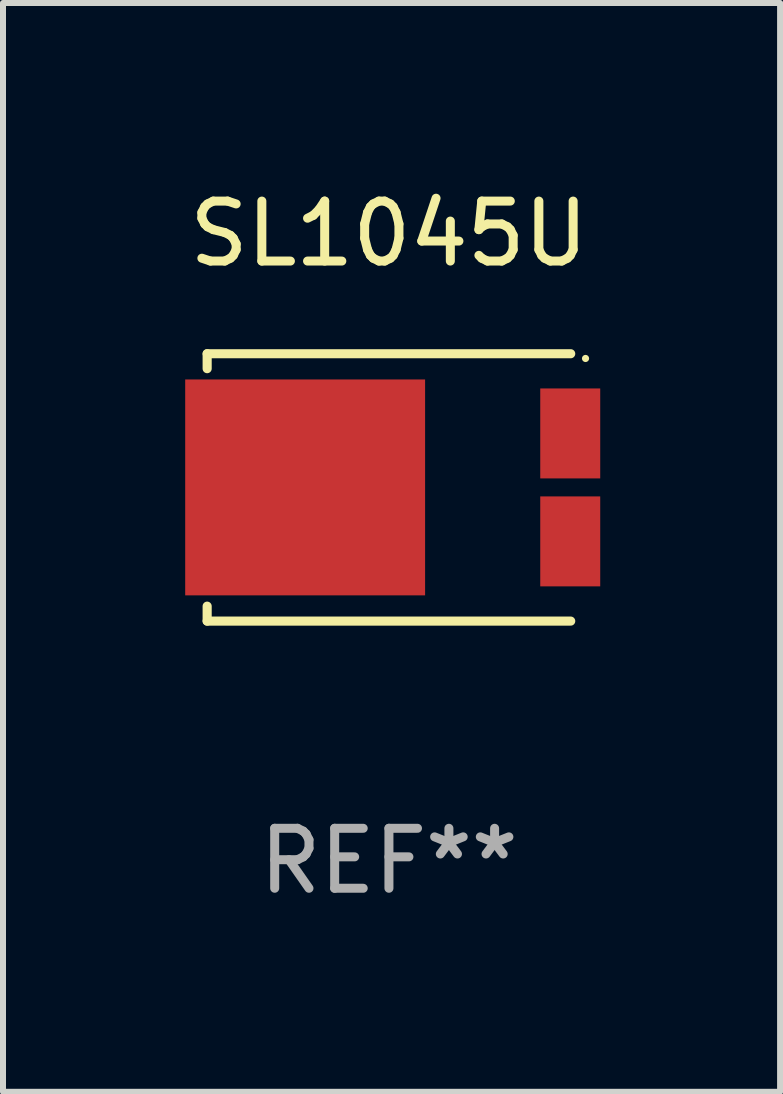
<source format=kicad_pcb>
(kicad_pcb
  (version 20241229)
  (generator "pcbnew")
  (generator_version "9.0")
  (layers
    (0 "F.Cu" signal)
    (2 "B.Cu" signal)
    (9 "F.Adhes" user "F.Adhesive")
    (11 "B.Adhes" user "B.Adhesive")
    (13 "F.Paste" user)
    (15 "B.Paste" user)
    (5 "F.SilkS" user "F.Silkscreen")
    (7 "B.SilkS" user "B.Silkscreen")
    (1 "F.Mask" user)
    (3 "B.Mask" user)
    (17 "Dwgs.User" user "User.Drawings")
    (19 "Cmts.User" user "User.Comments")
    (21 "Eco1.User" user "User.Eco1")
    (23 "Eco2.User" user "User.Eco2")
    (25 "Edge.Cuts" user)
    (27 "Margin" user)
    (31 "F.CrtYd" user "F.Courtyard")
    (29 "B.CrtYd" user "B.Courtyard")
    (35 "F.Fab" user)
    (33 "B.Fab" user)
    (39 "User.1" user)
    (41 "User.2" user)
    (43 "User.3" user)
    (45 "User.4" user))
  (footprint "SL1045U"
    (layer "F.Cu")
    (at 3.435 5.077)
    (property "Reference" "SL1045U" (at 0 -4.229 0) (layer "F.SilkS") (effects (font (size 1 1) (thickness 0.15))))
    (attr through_hole)
    (fp_line (start -3.031 -2.229) (end -3.031 -1.98) (stroke (width 0.152) (type solid)) (layer "F.SilkS"))
    (fp_line (start -3.031 1.98) (end -3.031 2.229) (stroke (width 0.152) (type solid)) (layer "F.SilkS"))
    (fp_line (start 3.031 -2.229) (end -3.031 -2.229) (stroke (width 0.152) (type solid)) (layer "F.SilkS"))
    (fp_line (start 3.031 2.229) (end -3.031 2.229) (stroke (width 0.152) (type solid)) (layer "F.SilkS"))
    (fp_circle (center 3.278 -2.15) (end 3.308 -2.15) (stroke (width 0.06) (type solid)) (fill no) (layer "F.SilkS"))
    (fp_text user "REF**" (at 0 6.229 0) (layer "F.Fab") (effects (font (size 1 1) (thickness 0.15))))
    (pad "1" smd rect (at 3.023 -0.9) (size 1 1.5) (layers "F.Cu" "F.Mask" "F.Paste"))
    (pad "2" smd rect (at 3.023 0.9) (size 1 1.5) (layers "F.Cu" "F.Mask" "F.Paste"))
    (pad "3" smd rect (at -1.397 0) (size 4 3.6) (layers "F.Cu" "F.Mask" "F.Paste")))
  (gr_rect
    (start -3 -3)
    (end 9.957 15.154)
    (stroke (width 0.1) (type default))
    (fill no)
    (layer "Edge.Cuts")))
</source>
